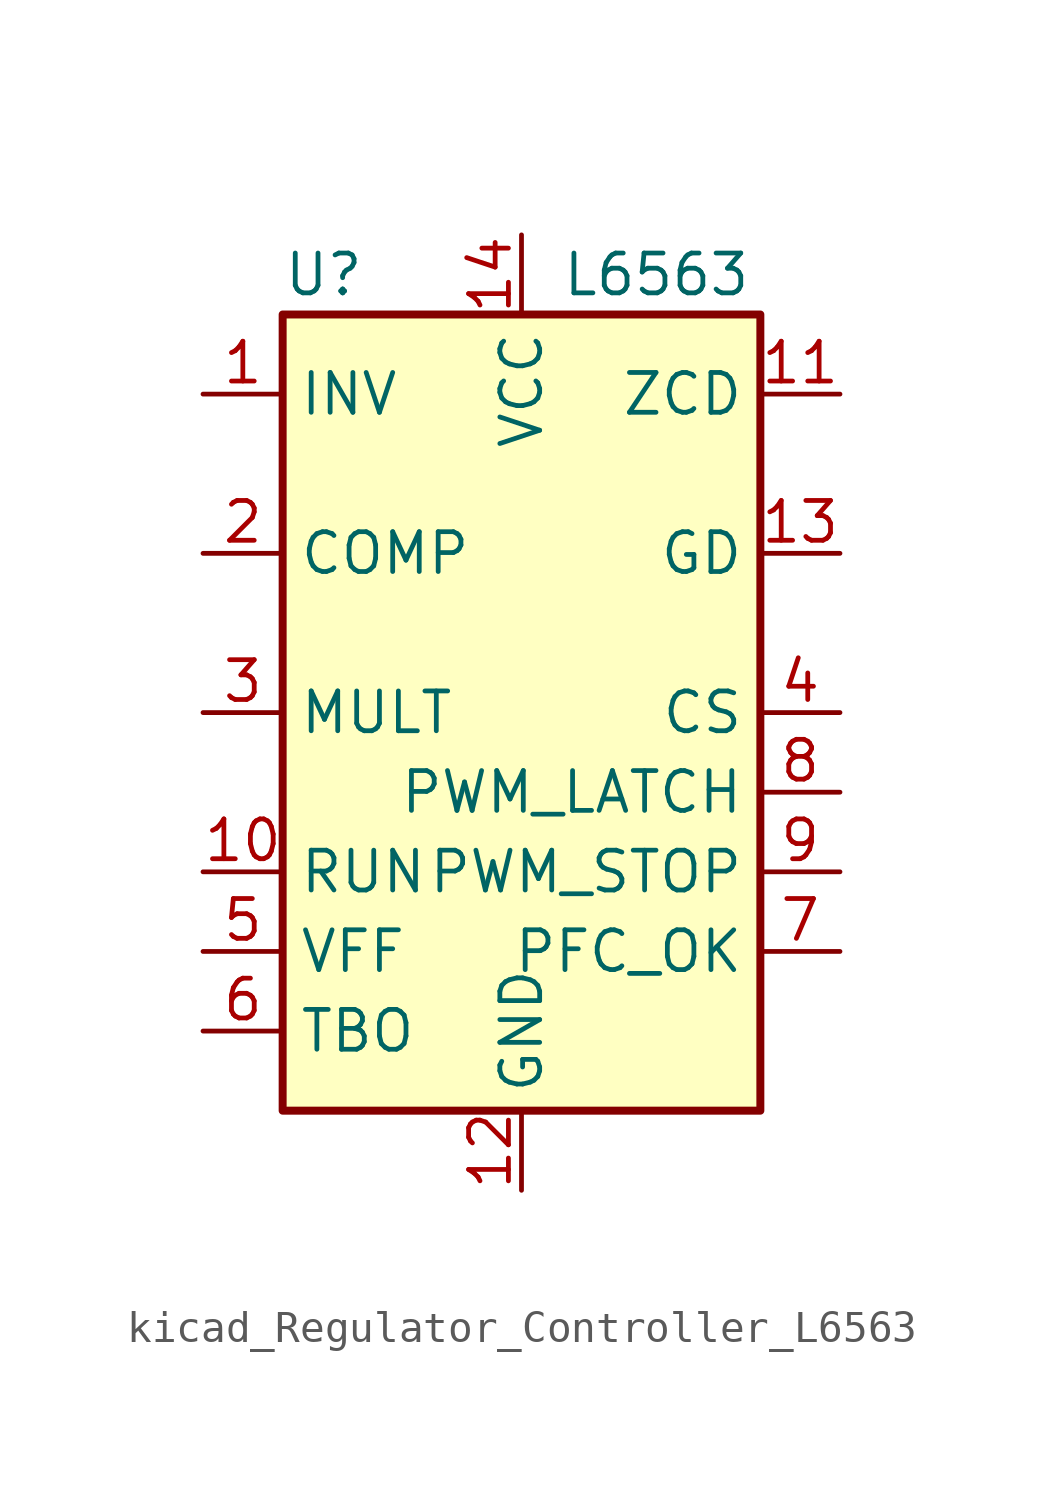
<source format=kicad_sym>
(kicad_symbol_lib
  (version 20220914)
  (generator kicad_symbol_editor)
  (symbol "kicad_Regulator_Controller_L6563"
    (property "Reference" "U"
      (at -7.62 13.97 0)
      (effects (font (size 1.27 1.27)) (justify left)))
    (property "Value" "L6563"
      (at 1.27 13.97 0)
      (effects (font (size 1.27 1.27)) (justify left)))
    (symbol "kicad_Regulator_Controller_L6563_0_0"
      (rectangle (start -7.62 12.7) (end 7.62 -12.7) (stroke (width 0.254) (type default)) (fill (type background))))
    (symbol "kicad_Regulator_Controller_L6563_1_1"
      (pin input line (at -10.16 10.16 0) (length 2.54) (name "INV" (effects (font (size 1.27 1.27)))) (number "1" (effects (font (size 1.27 1.27)))))
      (pin input line (at -10.16 -5.08 0) (length 2.54) (name "RUN" (effects (font (size 1.27 1.27)))) (number "10" (effects (font (size 1.27 1.27)))))
      (pin input line (at 10.16 10.16 180) (length 2.54) (name "ZCD" (effects (font (size 1.27 1.27)))) (number "11" (effects (font (size 1.27 1.27)))))
      (pin power_in line (at 0 -15.24 90) (length 2.54) (name "GND" (effects (font (size 1.27 1.27)))) (number "12" (effects (font (size 1.27 1.27)))))
      (pin output line (at 10.16 5.08 180) (length 2.54) (name "GD" (effects (font (size 1.27 1.27)))) (number "13" (effects (font (size 1.27 1.27)))))
      (pin power_in line (at 0 15.24 270) (length 2.54) (name "VCC" (effects (font (size 1.27 1.27)))) (number "14" (effects (font (size 1.27 1.27)))))
      (pin output line (at -10.16 5.08 0) (length 2.54) (name "COMP" (effects (font (size 1.27 1.27)))) (number "2" (effects (font (size 1.27 1.27)))))
      (pin input line (at -10.16 0 0) (length 2.54) (name "MULT" (effects (font (size 1.27 1.27)))) (number "3" (effects (font (size 1.27 1.27)))))
      (pin input line (at 10.16 0 180) (length 2.54) (name "CS" (effects (font (size 1.27 1.27)))) (number "4" (effects (font (size 1.27 1.27)))))
      (pin passive line (at -10.16 -7.62 0) (length 2.54) (name "VFF" (effects (font (size 1.27 1.27)))) (number "5" (effects (font (size 1.27 1.27)))))
      (pin passive line (at -10.16 -10.16 0) (length 2.54) (name "TBO" (effects (font (size 1.27 1.27)))) (number "6" (effects (font (size 1.27 1.27)))))
      (pin input line (at 10.16 -7.62 180) (length 2.54) (name "PFC_OK" (effects (font (size 1.27 1.27)))) (number "7" (effects (font (size 1.27 1.27)))))
      (pin output line (at 10.16 -2.54 180) (length 2.54) (name "PWM_LATCH" (effects (font (size 1.27 1.27)))) (number "8" (effects (font (size 1.27 1.27)))))
      (pin output line (at 10.16 -5.08 180) (length 2.54) (name "PWM_STOP" (effects (font (size 1.27 1.27)))) (number "9" (effects (font (size 1.27 1.27))))))))
</source>
